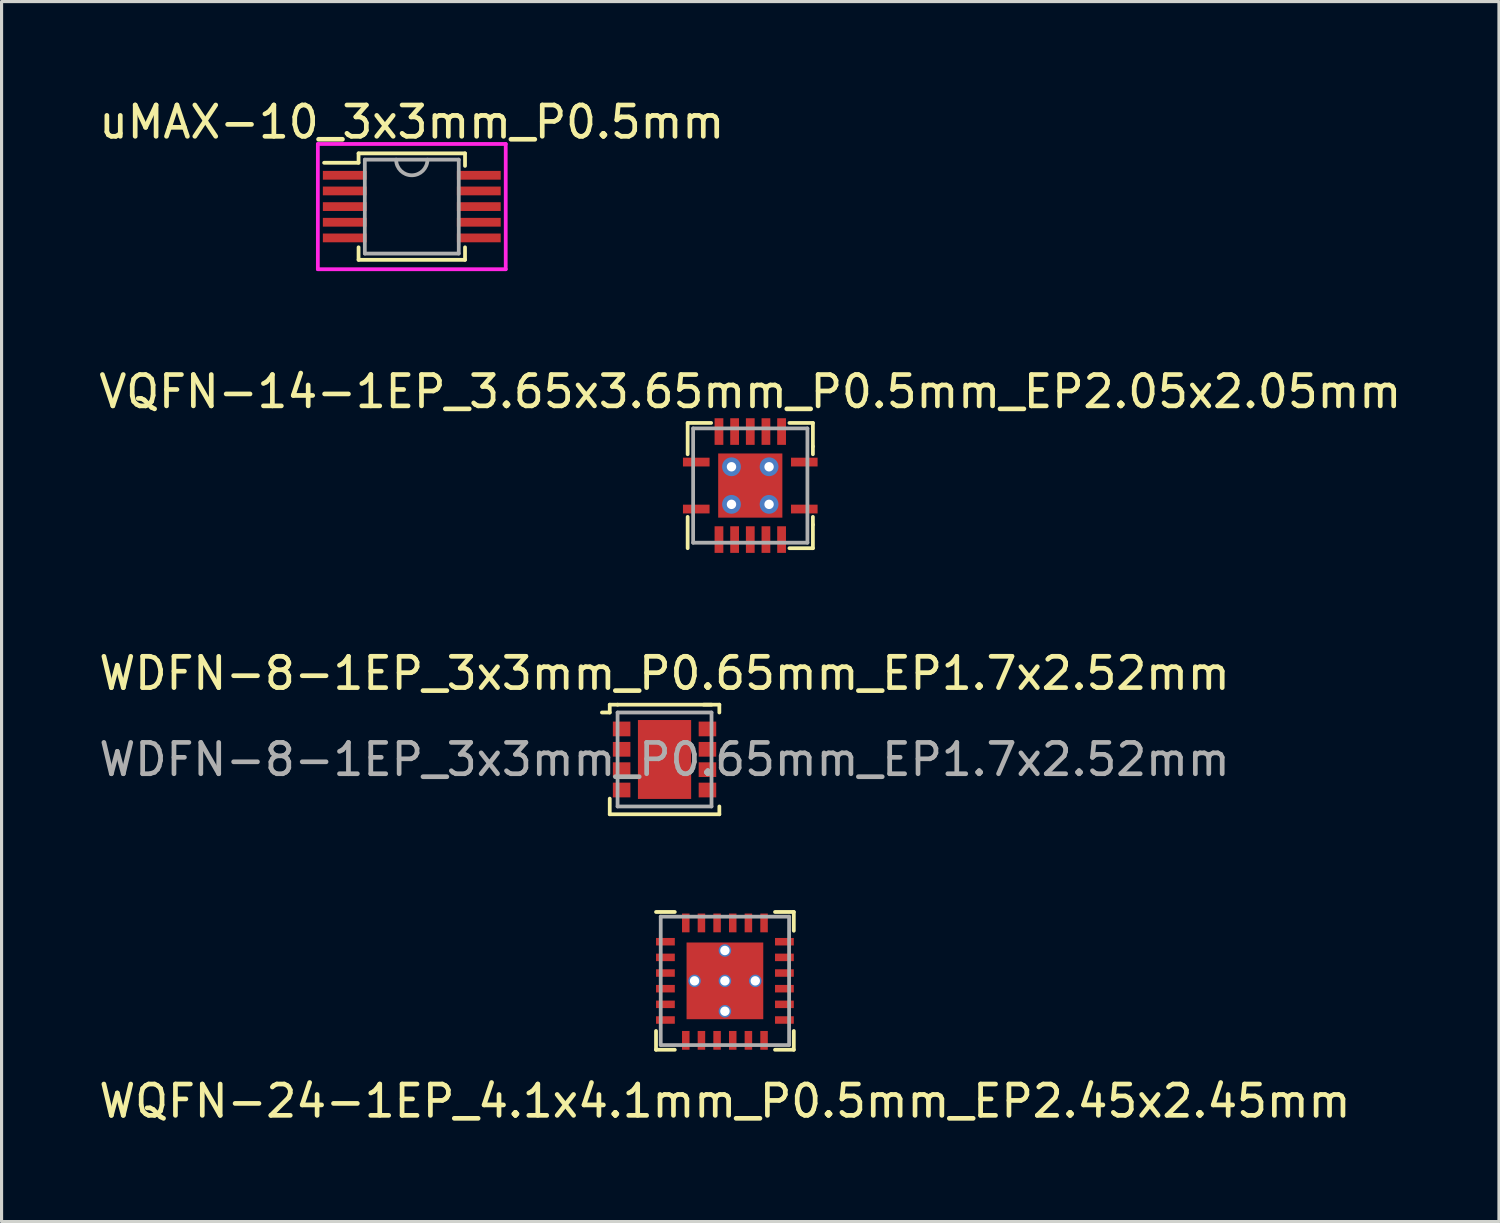
<source format=kicad_pcb>
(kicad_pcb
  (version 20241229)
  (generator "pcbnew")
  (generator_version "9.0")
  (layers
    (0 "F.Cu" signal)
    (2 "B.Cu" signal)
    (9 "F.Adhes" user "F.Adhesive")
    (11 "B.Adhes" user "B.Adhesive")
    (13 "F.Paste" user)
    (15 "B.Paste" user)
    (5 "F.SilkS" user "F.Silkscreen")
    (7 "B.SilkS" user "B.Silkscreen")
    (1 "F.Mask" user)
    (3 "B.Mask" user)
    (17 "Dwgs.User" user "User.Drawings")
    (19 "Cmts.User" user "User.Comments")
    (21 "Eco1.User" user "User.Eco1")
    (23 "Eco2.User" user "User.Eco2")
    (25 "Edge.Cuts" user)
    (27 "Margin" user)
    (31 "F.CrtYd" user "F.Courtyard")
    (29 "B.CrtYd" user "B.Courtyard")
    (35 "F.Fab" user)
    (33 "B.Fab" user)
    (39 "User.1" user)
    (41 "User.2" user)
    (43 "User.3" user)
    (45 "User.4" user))
  (footprint "WQFN-24-1EP_4.1x4.1mm_P0.5mm_EP2.45x2.45mm"
    (layer "F.Cu")
    (at 20.101 28.275)
    (property "Reference" "WQFN-24-1EP_4.1x4.1mm_P0.5mm_EP2.45x2.45mm" (at 0 3.84 0) (layer "F.SilkS") (effects (font (size 1 1) (thickness 0.15))))
    (attr through_hole)
    (fp_line (start -2.2 2.2) (end -2.2 1.6) (stroke (width 0.12) (type solid)) (layer "F.SilkS"))
    (fp_line (start -1.6 -2.2) (end -2.2 -2.2) (stroke (width 0.12) (type solid)) (layer "F.SilkS"))
    (fp_line (start -1.6 2.2) (end -2.2 2.2) (stroke (width 0.12) (type solid)) (layer "F.SilkS"))
    (fp_line (start 1.6 -2.2) (end 2.2 -2.2) (stroke (width 0.12) (type solid)) (layer "F.SilkS"))
    (fp_line (start 2.2 -2.2) (end 2.2 -1.6) (stroke (width 0.12) (type solid)) (layer "F.SilkS"))
    (fp_line (start 2.2 1.6) (end 2.2 2.2) (stroke (width 0.12) (type solid)) (layer "F.SilkS"))
    (fp_line (start 2.2 2.2) (end 1.6 2.2) (stroke (width 0.12) (type solid)) (layer "F.SilkS"))
    (fp_line (start -2.05 -2.05) (end 2.05 -2.05) (stroke (width 0.12) (type solid)) (layer "F.Fab"))
    (fp_line (start -2.05 2.05) (end -2.05 -2.05) (stroke (width 0.12) (type solid)) (layer "F.Fab"))
    (fp_line (start 2.05 -2.05) (end 2.05 2.05) (stroke (width 0.12) (type solid)) (layer "F.Fab"))
    (fp_line (start 2.05 2.05) (end -2.05 2.05) (stroke (width 0.12) (type solid)) (layer "F.Fab"))
    (pad "" smd rect (at -0.64 -0.64 90) (size 1.08 1.08) (layers "F.Paste"))
    (pad "" smd rect (at -0.64 0.64 90) (size 1.08 1.08) (layers "F.Paste"))
    (pad "" smd rect (at 0.64 -0.64 90) (size 1.08 1.08) (layers "F.Paste"))
    (pad "" smd rect (at 0.64 0.64 90) (size 1.08 1.08) (layers "F.Paste"))
    (pad "1" smd rect (at -1.9 -1.25) (size 0.6 0.24) (layers "F.Cu" "F.Mask" "F.Paste"))
    (pad "2" smd rect (at -1.9 -0.75) (size 0.6 0.24) (layers "F.Cu" "F.Mask" "F.Paste"))
    (pad "3" smd rect (at -1.9 -0.25) (size 0.6 0.24) (layers "F.Cu" "F.Mask" "F.Paste"))
    (pad "4" smd rect (at -1.9 0.25) (size 0.6 0.24) (layers "F.Cu" "F.Mask" "F.Paste"))
    (pad "5" smd rect (at -1.9 0.75) (size 0.6 0.24) (layers "F.Cu" "F.Mask" "F.Paste"))
    (pad "6" smd rect (at -1.9 1.25) (size 0.6 0.24) (layers "F.Cu" "F.Mask" "F.Paste"))
    (pad "7" smd rect (at -1.25 1.9 90) (size 0.6 0.24) (layers "F.Cu" "F.Mask" "F.Paste"))
    (pad "8" smd rect (at -0.75 1.9 90) (size 0.6 0.24) (layers "F.Cu" "F.Mask" "F.Paste"))
    (pad "9" smd rect (at -0.25 1.9 90) (size 0.6 0.24) (layers "F.Cu" "F.Mask" "F.Paste"))
    (pad "10" smd rect (at 0.25 1.9 90) (size 0.6 0.24) (layers "F.Cu" "F.Mask" "F.Paste"))
    (pad "11" smd rect (at 0.75 1.9 90) (size 0.6 0.24) (layers "F.Cu" "F.Mask" "F.Paste"))
    (pad "12" smd rect (at 1.25 1.9 90) (size 0.6 0.24) (layers "F.Cu" "F.Mask" "F.Paste"))
    (pad "13" smd rect (at 1.9 1.25 180) (size 0.6 0.24) (layers "F.Cu" "F.Mask" "F.Paste"))
    (pad "14" smd rect (at 1.9 0.75 180) (size 0.6 0.24) (layers "F.Cu" "F.Mask" "F.Paste"))
    (pad "15" smd rect (at 1.9 0.25 180) (size 0.6 0.24) (layers "F.Cu" "F.Mask" "F.Paste"))
    (pad "16" smd rect (at 1.9 -0.25 180) (size 0.6 0.24) (layers "F.Cu" "F.Mask" "F.Paste"))
    (pad "17" smd rect (at 1.9 -0.75 180) (size 0.6 0.24) (layers "F.Cu" "F.Mask" "F.Paste"))
    (pad "18" smd rect (at 1.9 -1.25 180) (size 0.6 0.24) (layers "F.Cu" "F.Mask" "F.Paste"))
    (pad "19" smd rect (at 1.25 -1.85 90) (size 0.6 0.24) (layers "F.Cu" "F.Mask" "F.Paste"))
    (pad "20" smd rect (at 0.75 -1.85 90) (size 0.6 0.24) (layers "F.Cu" "F.Mask" "F.Paste"))
    (pad "21" smd rect (at 0.25 -1.85 90) (size 0.6 0.24) (layers "F.Cu" "F.Mask" "F.Paste"))
    (pad "22" smd rect (at -0.25 -1.85 90) (size 0.6 0.24) (layers "F.Cu" "F.Mask" "F.Paste"))
    (pad "23" smd rect (at -0.75 -1.85 90) (size 0.6 0.24) (layers "F.Cu" "F.Mask" "F.Paste"))
    (pad "24" smd rect (at -1.25 -1.85 90) (size 0.6 0.24) (layers "F.Cu" "F.Mask" "F.Paste"))
    (pad "25" thru_hole circle (at -0.97 0 90) (size 0.4 0.4) (drill 0.3) (layers "*.Cu"))
    (pad "25" thru_hole circle (at 0 -0.97 90) (size 0.4 0.4) (drill 0.3) (layers "*.Cu"))
    (pad "25" thru_hole circle (at 0 0 90) (size 0.4 0.4) (drill 0.3) (layers "*.Cu"))
    (pad "25" smd rect (at 0 0 90) (size 2.45 2.45) (layers "F.Cu" "F.Mask"))
    (pad "25" thru_hole circle (at 0 0.97 90) (size 0.4 0.4) (drill 0.3) (layers "*.Cu"))
    (pad "25" thru_hole circle (at 0.97 0 90) (size 0.4 0.4) (drill 0.3) (layers "*.Cu")))
  (footprint "WDFN-8-1EP_3x3mm_P0.65mm_EP1.7x2.52mm"
    (layer "F.Cu")
    (at 18.173 21.205)
    (property "Reference" "WDFN-8-1EP_3x3mm_P0.65mm_EP1.7x2.52mm" (at 0 -2.75 0) (layer "F.SilkS") (effects (font (size 1 1) (thickness 0.15))))
    (fp_line (start -1.75 -1.75) (end -1.75 -1.5) (stroke (width 0.12) (type solid)) (layer "F.SilkS"))
    (fp_line (start -1.75 -1.5) (end -2 -1.5) (stroke (width 0.12) (type solid)) (layer "F.SilkS"))
    (fp_line (start -1.75 1.25) (end -1.75 1.75) (stroke (width 0.12) (type solid)) (layer "F.SilkS"))
    (fp_line (start -1.75 1.75) (end 1.75 1.75) (stroke (width 0.12) (type solid)) (layer "F.SilkS"))
    (fp_line (start -1.5 -1.75) (end -1.75 -1.75) (stroke (width 0.12) (type solid)) (layer "F.SilkS"))
    (fp_line (start 1.25 -1.75) (end 1.75 -1.75) (stroke (width 0.12) (type solid)) (layer "F.SilkS"))
    (fp_line (start 1.5 -1.75) (end -1.5 -1.75) (stroke (width 0.12) (type solid)) (layer "F.SilkS"))
    (fp_line (start 1.75 -1.75) (end 1.75 -1.5) (stroke (width 0.12) (type solid)) (layer "F.SilkS"))
    (fp_line (start 1.75 1.75) (end 1.75 1.5) (stroke (width 0.12) (type solid)) (layer "F.SilkS"))
    (fp_line (start -1.5 -1.5) (end -1.5 1.5) (stroke (width 0.12) (type solid)) (layer "F.Fab"))
    (fp_line (start -1.5 1.5) (end 1.5 1.5) (stroke (width 0.12) (type solid)) (layer "F.Fab"))
    (fp_line (start 1.5 -1.5) (end -1.5 -1.5) (stroke (width 0.12) (type solid)) (layer "F.Fab"))
    (fp_line (start 1.5 1.5) (end 1.5 -1.5) (stroke (width 0.12) (type solid)) (layer "F.Fab"))
    (fp_text user "WDFN-8-1EP_3x3mm_P0.65mm_EP1.7x2.52mm" (at 0 0 0) (unlocked yes) (layer "F.Fab") (effects (font (size 1 1) (thickness 0.15))))
    (pad "1" smd rect (at -1.37 -0.975) (size 0.56 0.47) (layers "F.Cu" "F.Mask" "F.Paste"))
    (pad "2" smd rect (at -1.37 -0.325) (size 0.56 0.47) (layers "F.Cu" "F.Mask" "F.Paste"))
    (pad "3" smd rect (at -1.37 0.325) (size 0.56 0.47) (layers "F.Cu" "F.Mask" "F.Paste"))
    (pad "4" smd rect (at -1.37 0.975) (size 0.56 0.47) (layers "F.Cu" "F.Mask" "F.Paste"))
    (pad "5" smd rect (at 1.37 0.975) (size 0.56 0.47) (layers "F.Cu" "F.Mask" "F.Paste"))
    (pad "6" smd rect (at 1.37 0.325) (size 0.56 0.47) (layers "F.Cu" "F.Mask" "F.Paste"))
    (pad "7" smd rect (at 1.37 -0.325) (size 0.56 0.47) (layers "F.Cu" "F.Mask" "F.Paste"))
    (pad "8" smd rect (at 1.37 -0.975) (size 0.56 0.47) (layers "F.Cu" "F.Mask" "F.Paste"))
    (pad "9" smd rect (at 0 0) (size 1.7 2.52) (layers "F.Cu" "F.Mask" "F.Paste")))
  (footprint "VQFN-14-1EP_3.65x3.65mm_P0.5mm_EP2.05x2.05mm"
    (layer "F.Cu")
    (at 20.911 12.457)
    (property "Reference" "VQFN-14-1EP_3.65x3.65mm_P0.5mm_EP2.05x2.05mm" (at 0 -3 0) (layer "F.SilkS") (effects (font (size 1 1) (thickness 0.15))))
    (attr through_hole)
    (fp_line (start -2 -2) (end -2 -1) (stroke (width 0.12) (type solid)) (layer "F.SilkS"))
    (fp_line (start -2 1) (end -2 2) (stroke (width 0.12) (type solid)) (layer "F.SilkS"))
    (fp_line (start -1.25 -2) (end -2 -2) (stroke (width 0.12) (type solid)) (layer "F.SilkS"))
    (fp_line (start 1.25 2) (end 2 2) (stroke (width 0.12) (type solid)) (layer "F.SilkS"))
    (fp_line (start 2 -2) (end 1.25 -2) (stroke (width 0.12) (type solid)) (layer "F.SilkS"))
    (fp_line (start 2 -1.25) (end 2 -2) (stroke (width 0.12) (type solid)) (layer "F.SilkS"))
    (fp_line (start 2 -1) (end 2 -1.25) (stroke (width 0.12) (type solid)) (layer "F.SilkS"))
    (fp_line (start 2 1) (end 2 1.25) (stroke (width 0.12) (type solid)) (layer "F.SilkS"))
    (fp_line (start 2 2) (end 2 1.25) (stroke (width 0.12) (type solid)) (layer "F.SilkS"))
    (fp_line (start -1.825 -1.825) (end 1.825 -1.825) (stroke (width 0.12) (type solid)) (layer "F.Fab"))
    (fp_line (start -1.825 1.825) (end -1.825 -1.825) (stroke (width 0.12) (type solid)) (layer "F.Fab"))
    (fp_line (start -1.825 1.825) (end 1.825 1.825) (stroke (width 0.12) (type solid)) (layer "F.Fab"))
    (fp_line (start 1.825 -1.825) (end 1.825 1.825) (stroke (width 0.12) (type solid)) (layer "F.Fab"))
    (pad "1" smd rect (at -1.725 0.75) (size 0.85 0.28) (layers "F.Cu" "F.Mask" "F.Paste"))
    (pad "2" smd rect (at -1 1.725 90) (size 0.85 0.28) (layers "F.Cu" "F.Mask" "F.Paste"))
    (pad "3" smd rect (at -0.5 1.725 90) (size 0.85 0.28) (layers "F.Cu" "F.Mask" "F.Paste"))
    (pad "4" smd rect (at 0 1.725 90) (size 0.85 0.28) (layers "F.Cu" "F.Mask" "F.Paste"))
    (pad "5" smd rect (at 0.5 1.725 90) (size 0.85 0.28) (layers "F.Cu" "F.Mask" "F.Paste"))
    (pad "6" smd rect (at 1 1.725 90) (size 0.85 0.28) (layers "F.Cu" "F.Mask" "F.Paste"))
    (pad "7" smd rect (at 1.725 0.75) (size 0.85 0.28) (layers "F.Cu" "F.Mask" "F.Paste"))
    (pad "8" smd rect (at 1.725 -0.75) (size 0.85 0.28) (layers "F.Cu" "F.Mask" "F.Paste"))
    (pad "9" smd rect (at 1 -1.725 90) (size 0.85 0.28) (layers "F.Cu" "F.Mask" "F.Paste"))
    (pad "10" smd rect (at 0.5 -1.725 90) (size 0.85 0.28) (layers "F.Cu" "F.Mask" "F.Paste"))
    (pad "11" smd rect (at 0 -1.725 90) (size 0.85 0.28) (layers "F.Cu" "F.Mask" "F.Paste"))
    (pad "12" smd rect (at -0.5 -1.725 90) (size 0.85 0.28) (layers "F.Cu" "F.Mask" "F.Paste"))
    (pad "13" smd rect (at -1 -1.725 90) (size 0.85 0.28) (layers "F.Cu" "F.Mask" "F.Paste"))
    (pad "14" smd rect (at -1.725 -0.75) (size 0.85 0.28) (layers "F.Cu" "F.Mask" "F.Paste"))
    (pad "15" thru_hole circle (at -0.6 -0.6) (size 0.6 0.6) (drill 0.3) (layers "*.Cu" "*.Mask"))
    (pad "15" thru_hole circle (at -0.6 0.6) (size 0.6 0.6) (drill 0.3) (layers "*.Cu" "*.Mask"))
    (pad "15" smd rect (at 0 0) (size 2.05 2.05) (layers "F.Cu" "F.Mask" "F.Paste"))
    (pad "15" thru_hole circle (at 0.6 -0.6) (size 0.6 0.6) (drill 0.3) (layers "*.Cu" "*.Mask"))
    (pad "15" thru_hole circle (at 0.6 0.6) (size 0.6 0.6) (drill 0.3) (layers "*.Cu" "*.Mask")))
  (footprint "uMAX-10_3x3mm_P0.5mm"
    (layer "F.Cu")
    (at 10.101 3.548)
    (property "Reference" "uMAX-10_3x3mm_P0.5mm" (at 0 -2.7 0) (layer "F.SilkS") (effects (font (size 1 1) (thickness 0.15))))
    (attr through_hole)
    (fp_line (start -1.7 -1.7) (end -1.7 -1.4) (stroke (width 0.12) (type solid)) (layer "F.SilkS"))
    (fp_line (start -1.7 -1.4) (end -2.8 -1.4) (stroke (width 0.12) (type solid)) (layer "F.SilkS"))
    (fp_line (start -1.7 1.7) (end -1.7 1.3) (stroke (width 0.12) (type solid)) (layer "F.SilkS"))
    (fp_line (start -1.7 1.7) (end 1.7 1.7) (stroke (width 0.12) (type solid)) (layer "F.SilkS"))
    (fp_line (start 1.7 -1.7) (end -1.7 -1.7) (stroke (width 0.12) (type solid)) (layer "F.SilkS"))
    (fp_line (start 1.7 -1.3) (end 1.7 -1.7) (stroke (width 0.12) (type solid)) (layer "F.SilkS"))
    (fp_line (start 1.7 1.7) (end 1.7 1.3) (stroke (width 0.12) (type solid)) (layer "F.SilkS"))
    (fp_line (start -3 -2) (end 3 -2) (stroke (width 0.12) (type solid)) (layer "F.CrtYd"))
    (fp_line (start -3 2) (end -3 -2) (stroke (width 0.12) (type solid)) (layer "F.CrtYd"))
    (fp_line (start 3 -2) (end 3 2) (stroke (width 0.12) (type solid)) (layer "F.CrtYd"))
    (fp_line (start 3 2) (end -3 2) (stroke (width 0.12) (type solid)) (layer "F.CrtYd"))
    (fp_line (start -1.5 -1.5) (end -1.5 1.5) (stroke (width 0.12) (type solid)) (layer "F.Fab"))
    (fp_line (start -1.5 1.5) (end 1.5 1.5) (stroke (width 0.12) (type solid)) (layer "F.Fab"))
    (fp_line (start 1.5 -1.5) (end -1.5 -1.5) (stroke (width 0.12) (type solid)) (layer "F.Fab"))
    (fp_line (start 1.5 1.5) (end 1.5 -1.5) (stroke (width 0.12) (type solid)) (layer "F.Fab"))
    (fp_arc (start 0.5 -1.5) (mid 0 -1) (end -0.5 -1.5) (stroke (width 0.12) (type solid)) (layer "F.Fab"))
    (pad "1" smd rect (at -2.14 -1) (size 1.4 0.28) (layers "F.Cu" "F.Mask" "F.Paste"))
    (pad "2" smd rect (at -2.14 -0.5) (size 1.4 0.28) (layers "F.Cu" "F.Mask" "F.Paste"))
    (pad "3" smd rect (at -2.14 0) (size 1.4 0.28) (layers "F.Cu" "F.Mask" "F.Paste"))
    (pad "4" smd rect (at -2.14 0.5) (size 1.4 0.28) (layers "F.Cu" "F.Mask" "F.Paste"))
    (pad "5" smd rect (at -2.14 1) (size 1.4 0.28) (layers "F.Cu" "F.Mask" "F.Paste"))
    (pad "6" smd rect (at 2.14 1) (size 1.4 0.28) (layers "F.Cu" "F.Mask" "F.Paste"))
    (pad "7" smd rect (at 2.14 0.5) (size 1.4 0.28) (layers "F.Cu" "F.Mask" "F.Paste"))
    (pad "8" smd rect (at 2.14 0) (size 1.4 0.28) (layers "F.Cu" "F.Mask" "F.Paste"))
    (pad "9" smd rect (at 2.14 -0.5) (size 1.4 0.28) (layers "F.Cu" "F.Mask" "F.Paste"))
    (pad "10" smd rect (at 2.14 -1) (size 1.4 0.28) (layers "F.Cu" "F.Mask" "F.Paste")))
  (gr_rect
    (start -3 -3)
    (end 44.821 35.963)
    (stroke (width 0.1) (type default))
    (fill no)
    (layer "Edge.Cuts")))
</source>
